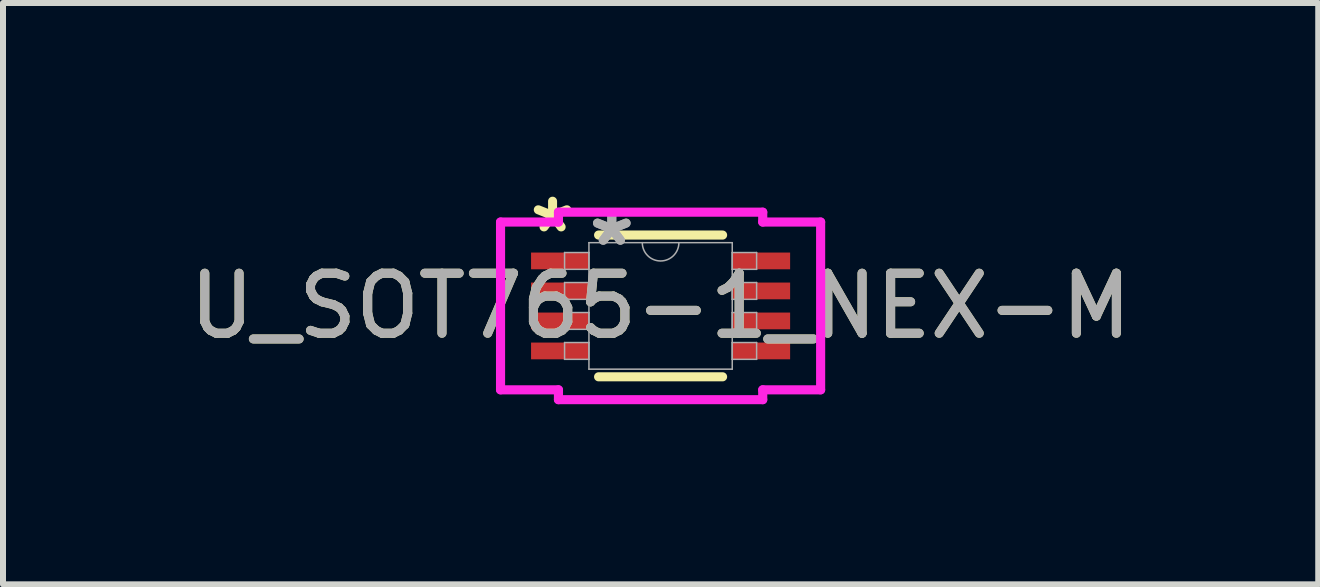
<source format=kicad_pcb>
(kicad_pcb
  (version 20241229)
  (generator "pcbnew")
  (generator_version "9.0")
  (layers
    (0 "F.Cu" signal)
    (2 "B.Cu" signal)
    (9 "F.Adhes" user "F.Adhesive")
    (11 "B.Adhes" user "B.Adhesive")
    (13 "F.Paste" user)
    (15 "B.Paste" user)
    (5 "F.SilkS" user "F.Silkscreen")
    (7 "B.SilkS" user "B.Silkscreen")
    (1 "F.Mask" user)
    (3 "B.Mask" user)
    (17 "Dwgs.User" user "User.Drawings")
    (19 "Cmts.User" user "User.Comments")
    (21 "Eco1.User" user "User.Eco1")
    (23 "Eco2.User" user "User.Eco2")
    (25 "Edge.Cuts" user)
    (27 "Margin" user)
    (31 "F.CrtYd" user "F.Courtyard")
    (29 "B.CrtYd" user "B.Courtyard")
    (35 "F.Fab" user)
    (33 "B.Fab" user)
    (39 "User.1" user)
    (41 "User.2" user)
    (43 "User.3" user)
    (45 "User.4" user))
  (footprint "U_SOT765-1_NEX-M"
    (layer "F.Cu")
    (at 7.958 2.048)
    (property "Reference" "U_SOT765-1_NEX-M" (at 0 0 0) (unlocked yes) (layer "F.SilkS") (effects (font (size 1 1) (thickness 0.15))))
    (attr smd allow_soldermask_bridges)
    (fp_line (start -1.033 1.181) (end 1.033 1.181) (stroke (width 0.152) (type solid)) (layer "F.SilkS"))
    (fp_line (start 1.033 -1.181) (end -1.033 -1.181) (stroke (width 0.152) (type solid)) (layer "F.SilkS"))
    (fp_line (start -2.667 -1.398) (end -1.702 -1.398) (stroke (width 0.152) (type solid)) (layer "F.CrtYd"))
    (fp_line (start -2.667 1.398) (end -2.667 -1.398) (stroke (width 0.152) (type solid)) (layer "F.CrtYd"))
    (fp_line (start -2.667 1.398) (end -1.702 1.398) (stroke (width 0.152) (type solid)) (layer "F.CrtYd"))
    (fp_line (start -1.702 -1.562) (end 1.702 -1.562) (stroke (width 0.152) (type solid)) (layer "F.CrtYd"))
    (fp_line (start -1.702 -1.398) (end -1.702 -1.562) (stroke (width 0.152) (type solid)) (layer "F.CrtYd"))
    (fp_line (start -1.702 1.562) (end -1.702 1.398) (stroke (width 0.152) (type solid)) (layer "F.CrtYd"))
    (fp_line (start 1.702 -1.562) (end 1.702 -1.398) (stroke (width 0.152) (type solid)) (layer "F.CrtYd"))
    (fp_line (start 1.702 1.398) (end 1.702 1.562) (stroke (width 0.152) (type solid)) (layer "F.CrtYd"))
    (fp_line (start 1.702 1.562) (end -1.702 1.562) (stroke (width 0.152) (type solid)) (layer "F.CrtYd"))
    (fp_line (start 2.667 -1.398) (end 1.702 -1.398) (stroke (width 0.152) (type solid)) (layer "F.CrtYd"))
    (fp_line (start 2.667 -1.398) (end 2.667 1.398) (stroke (width 0.152) (type solid)) (layer "F.CrtYd"))
    (fp_line (start 2.667 1.398) (end 1.702 1.398) (stroke (width 0.152) (type solid)) (layer "F.CrtYd"))
    (fp_line (start -1.6 -0.89) (end -1.6 -0.61) (stroke (width 0.025) (type solid)) (layer "F.Fab"))
    (fp_line (start -1.6 -0.61) (end -1.194 -0.61) (stroke (width 0.025) (type solid)) (layer "F.Fab"))
    (fp_line (start -1.6 -0.39) (end -1.6 -0.11) (stroke (width 0.025) (type solid)) (layer "F.Fab"))
    (fp_line (start -1.6 -0.11) (end -1.194 -0.11) (stroke (width 0.025) (type solid)) (layer "F.Fab"))
    (fp_line (start -1.6 0.11) (end -1.6 0.39) (stroke (width 0.025) (type solid)) (layer "F.Fab"))
    (fp_line (start -1.6 0.39) (end -1.194 0.39) (stroke (width 0.025) (type solid)) (layer "F.Fab"))
    (fp_line (start -1.6 0.61) (end -1.6 0.89) (stroke (width 0.025) (type solid)) (layer "F.Fab"))
    (fp_line (start -1.6 0.89) (end -1.194 0.89) (stroke (width 0.025) (type solid)) (layer "F.Fab"))
    (fp_line (start -1.194 -1.054) (end -1.194 1.054) (stroke (width 0.025) (type solid)) (layer "F.Fab"))
    (fp_line (start -1.194 -0.89) (end -1.6 -0.89) (stroke (width 0.025) (type solid)) (layer "F.Fab"))
    (fp_line (start -1.194 -0.61) (end -1.194 -0.89) (stroke (width 0.025) (type solid)) (layer "F.Fab"))
    (fp_line (start -1.194 -0.39) (end -1.6 -0.39) (stroke (width 0.025) (type solid)) (layer "F.Fab"))
    (fp_line (start -1.194 -0.11) (end -1.194 -0.39) (stroke (width 0.025) (type solid)) (layer "F.Fab"))
    (fp_line (start -1.194 0.11) (end -1.6 0.11) (stroke (width 0.025) (type solid)) (layer "F.Fab"))
    (fp_line (start -1.194 0.39) (end -1.194 0.11) (stroke (width 0.025) (type solid)) (layer "F.Fab"))
    (fp_line (start -1.194 0.61) (end -1.6 0.61) (stroke (width 0.025) (type solid)) (layer "F.Fab"))
    (fp_line (start -1.194 0.89) (end -1.194 0.61) (stroke (width 0.025) (type solid)) (layer "F.Fab"))
    (fp_line (start -1.194 1.054) (end 1.194 1.054) (stroke (width 0.025) (type solid)) (layer "F.Fab"))
    (fp_line (start 1.194 -1.054) (end -1.194 -1.054) (stroke (width 0.025) (type solid)) (layer "F.Fab"))
    (fp_line (start 1.194 -0.89) (end 1.194 -0.61) (stroke (width 0.025) (type solid)) (layer "F.Fab"))
    (fp_line (start 1.194 -0.61) (end 1.6 -0.61) (stroke (width 0.025) (type solid)) (layer "F.Fab"))
    (fp_line (start 1.194 -0.39) (end 1.194 -0.11) (stroke (width 0.025) (type solid)) (layer "F.Fab"))
    (fp_line (start 1.194 -0.11) (end 1.6 -0.11) (stroke (width 0.025) (type solid)) (layer "F.Fab"))
    (fp_line (start 1.194 0.11) (end 1.194 0.39) (stroke (width 0.025) (type solid)) (layer "F.Fab"))
    (fp_line (start 1.194 0.39) (end 1.6 0.39) (stroke (width 0.025) (type solid)) (layer "F.Fab"))
    (fp_line (start 1.194 0.61) (end 1.194 0.89) (stroke (width 0.025) (type solid)) (layer "F.Fab"))
    (fp_line (start 1.194 0.89) (end 1.6 0.89) (stroke (width 0.025) (type solid)) (layer "F.Fab"))
    (fp_line (start 1.194 1.054) (end 1.194 -1.054) (stroke (width 0.025) (type solid)) (layer "F.Fab"))
    (fp_line (start 1.6 -0.89) (end 1.194 -0.89) (stroke (width 0.025) (type solid)) (layer "F.Fab"))
    (fp_line (start 1.6 -0.61) (end 1.6 -0.89) (stroke (width 0.025) (type solid)) (layer "F.Fab"))
    (fp_line (start 1.6 -0.39) (end 1.194 -0.39) (stroke (width 0.025) (type solid)) (layer "F.Fab"))
    (fp_line (start 1.6 -0.11) (end 1.6 -0.39) (stroke (width 0.025) (type solid)) (layer "F.Fab"))
    (fp_line (start 1.6 0.11) (end 1.194 0.11) (stroke (width 0.025) (type solid)) (layer "F.Fab"))
    (fp_line (start 1.6 0.39) (end 1.6 0.11) (stroke (width 0.025) (type solid)) (layer "F.Fab"))
    (fp_line (start 1.6 0.61) (end 1.194 0.61) (stroke (width 0.025) (type solid)) (layer "F.Fab"))
    (fp_line (start 1.6 0.89) (end 1.6 0.61) (stroke (width 0.025) (type solid)) (layer "F.Fab"))
    (fp_arc (start 0.3048 -1.0541) (mid 0 -0.7493) (end -0.3048 -1.0541) (stroke (width 0.0254) (type solid)) (layer "F.Fab"))
    (fp_text user "*" (at -1.8 -1.2 0) (unlocked yes) (layer "F.SilkS") (effects (font (size 1 1) (thickness 0.15))))
    (fp_text user "*" (at -0.813 -0.978 0) (unlocked yes) (layer "F.Fab") (effects (font (size 1 1) (thickness 0.15))))
    (fp_text user "*" (at -0.813 -0.978 0) (layer "F.Fab") (effects (font (size 1 1) (thickness 0.15))))
    (fp_text user "${REFERENCE}" (at 0 0 0) (unlocked yes) (layer "F.Fab") (effects (font (size 1 1) (thickness 0.15))))
    (pad "1" smd rect (at -1.676 -0.75) (size 0.965 0.279) (layers "F.Cu" "F.Mask" "F.Paste"))
    (pad "2" smd rect (at -1.676 -0.25) (size 0.965 0.279) (layers "F.Cu" "F.Mask" "F.Paste"))
    (pad "3" smd rect (at -1.676 0.25) (size 0.965 0.279) (layers "F.Cu" "F.Mask" "F.Paste"))
    (pad "4" smd rect (at -1.676 0.75) (size 0.965 0.279) (layers "F.Cu" "F.Mask" "F.Paste"))
    (pad "5" smd rect (at 1.676 0.75) (size 0.965 0.279) (layers "F.Cu" "F.Mask" "F.Paste"))
    (pad "6" smd rect (at 1.676 0.25) (size 0.965 0.279) (layers "F.Cu" "F.Mask" "F.Paste"))
    (pad "7" smd rect (at 1.676 -0.25) (size 0.965 0.279) (layers "F.Cu" "F.Mask" "F.Paste"))
    (pad "8" smd rect (at 1.676 -0.75) (size 0.965 0.279) (layers "F.Cu" "F.Mask" "F.Paste")))
  (gr_rect
    (start -3 -3)
    (end 18.917 6.687)
    (stroke (width 0.1) (type default))
    (fill no)
    (layer "Edge.Cuts")))
</source>
